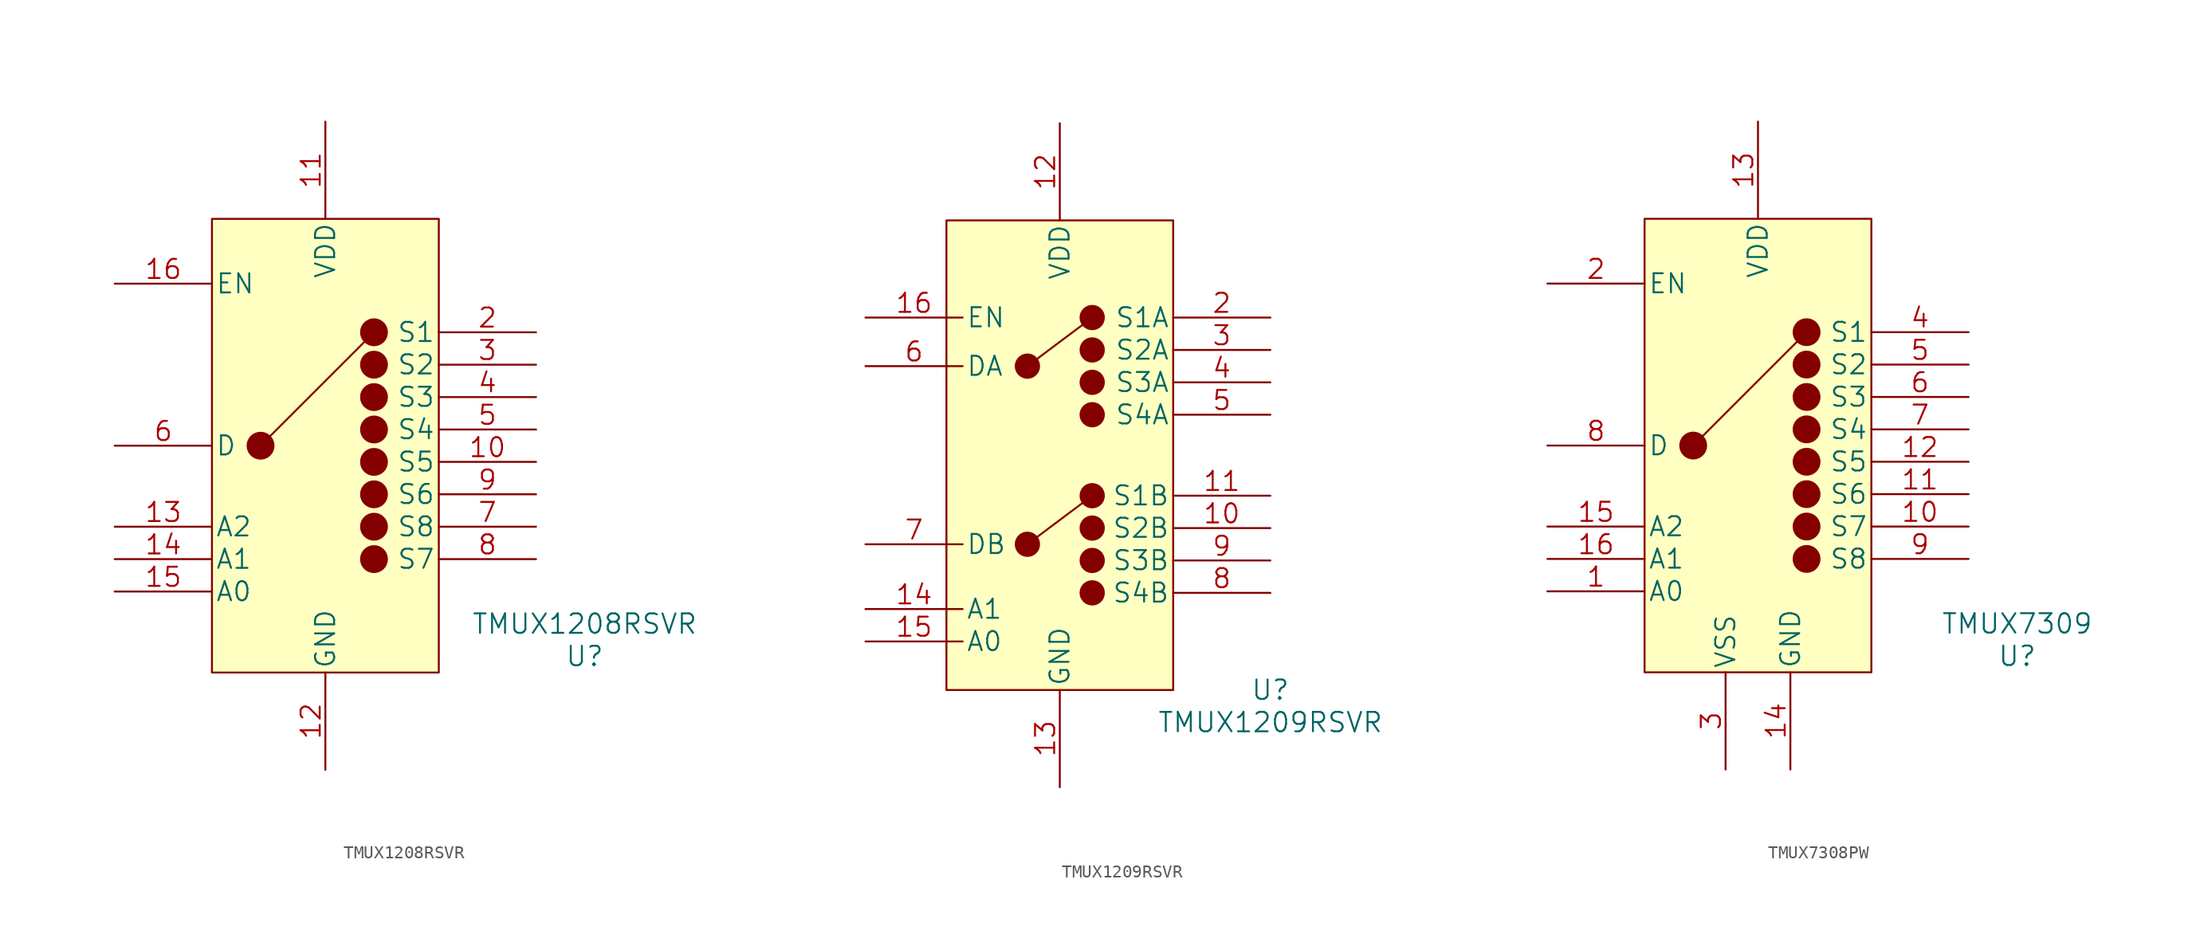
<source format=kicad_sym>
(kicad_symbol_lib
  (version 20220914)
  (generator kicad_symbol_editor)
  (symbol "TMUX1208RSVR"
    (pin_names
      (offset 0.254))
    (property "Reference" "U"
      (at 20.32 -16.51 0)
      (effects (font (size 1.524 1.524))))
    (property "Value" "TMUX1208RSVR"
      (at 20.32 -13.97 0)
      (effects (font (size 1.524 1.524))))
    (property "Datasheet" ""
      (at -1.27 -5.08 90)
      (effects (font (size 1.524 1.524))))
    (symbol "TMUX1208RSVR_0_1"
      (rectangle (start -8.89 17.78) (end 8.89 -17.78) (stroke (width 0) (type solid)) (fill (type background)))
      (circle (center -5.08 0) (radius 0.0001) (stroke (width 1.092) (type solid)) (fill (type none)))
      (polyline (pts (xy -5.08 0) (xy 3.81 8.89)) (stroke (width 0) (type solid)) (fill (type none)))
      (circle (center 3.81 -8.89) (radius 0.0001) (stroke (width 1.092) (type solid)) (fill (type none)))
      (circle (center 3.81 -6.35) (radius 0.0001) (stroke (width 1.092) (type solid)) (fill (type none)))
      (circle (center 3.81 -3.81) (radius 0.0001) (stroke (width 1.092) (type solid)) (fill (type none)))
      (circle (center 3.81 -1.27) (radius 0.0001) (stroke (width 1.092) (type solid)) (fill (type none)))
      (circle (center 3.81 1.27) (radius 0.0001) (stroke (width 1.092) (type solid)) (fill (type none)))
      (circle (center 3.81 3.81) (radius 0.0001) (stroke (width 1.092) (type solid)) (fill (type none)))
      (circle (center 3.81 6.35) (radius 0.0001) (stroke (width 1.092) (type solid)) (fill (type none)))
      (circle (center 3.81 8.89) (radius 0.0001) (stroke (width 1.092) (type solid)) (fill (type none))))
    (symbol "TMUX1208RSVR_1_1"
      (pin no_connect line (at -1.27 -5.08 90) (length 7.62) hide (name "N-C-" (effects (font (size 1.499 1.499)))) (number "1" (effects (font (size 1.499 1.499)))))
      (pin bidirectional line (at 16.51 -1.27 180) (length 7.62) (name "S5" (effects (font (size 1.499 1.499)))) (number "10" (effects (font (size 1.499 1.499)))))
      (pin power_in line (at 0 25.4 270) (length 7.62) (name "VDD" (effects (font (size 1.499 1.499)))) (number "11" (effects (font (size 1.499 1.499)))))
      (pin power_in line (at 0 -25.4 90) (length 7.62) (name "GND" (effects (font (size 1.499 1.499)))) (number "12" (effects (font (size 1.499 1.499)))))
      (pin bidirectional line (at -16.51 -6.35 0) (length 7.62) (name "A2" (effects (font (size 1.499 1.499)))) (number "13" (effects (font (size 1.499 1.499)))))
      (pin bidirectional line (at -16.51 -8.89 0) (length 7.62) (name "A1" (effects (font (size 1.499 1.499)))) (number "14" (effects (font (size 1.499 1.499)))))
      (pin bidirectional line (at -16.51 -11.43 0) (length 7.62) (name "A0" (effects (font (size 1.499 1.499)))) (number "15" (effects (font (size 1.499 1.499)))))
      (pin unspecified line (at -16.51 12.7 0) (length 7.62) (name "EN" (effects (font (size 1.499 1.499)))) (number "16" (effects (font (size 1.499 1.499)))))
      (pin bidirectional line (at 16.51 8.89 180) (length 7.62) (name "S1" (effects (font (size 1.499 1.499)))) (number "2" (effects (font (size 1.499 1.499)))))
      (pin bidirectional line (at 16.51 6.35 180) (length 7.62) (name "S2" (effects (font (size 1.499 1.499)))) (number "3" (effects (font (size 1.499 1.499)))))
      (pin bidirectional line (at 16.51 3.81 180) (length 7.62) (name "S3" (effects (font (size 1.499 1.499)))) (number "4" (effects (font (size 1.499 1.499)))))
      (pin bidirectional line (at 16.51 1.27 180) (length 7.62) (name "S4" (effects (font (size 1.499 1.499)))) (number "5" (effects (font (size 1.499 1.499)))))
      (pin unspecified line (at -16.51 0 0) (length 7.62) (name "D" (effects (font (size 1.499 1.499)))) (number "6" (effects (font (size 1.499 1.499)))))
      (pin bidirectional line (at 16.51 -6.35 180) (length 7.62) (name "S8" (effects (font (size 1.499 1.499)))) (number "7" (effects (font (size 1.499 1.499)))))
      (pin bidirectional line (at 16.51 -8.89 180) (length 7.62) (name "S7" (effects (font (size 1.499 1.499)))) (number "8" (effects (font (size 1.499 1.499)))))
      (pin bidirectional line (at 16.51 -3.81 180) (length 7.62) (name "S6" (effects (font (size 1.499 1.499)))) (number "9" (effects (font (size 1.499 1.499)))))))
  (symbol "TMUX1209RSVR"
    (pin_names
      (offset 0.254))
    (property "Reference" "U"
      (at 16.51 -19.05 0)
      (effects (font (size 1.524 1.524))))
    (property "Value" "TMUX1209RSVR"
      (at 16.51 -21.59 0)
      (effects (font (size 1.524 1.524))))
    (property "Datasheet" ""
      (at 16.51 7.62 0)
      (effects (font (size 1.524 1.524))))
    (symbol "TMUX1209RSVR_0_1"
      (rectangle (start -8.89 17.78) (end 8.89 -19.05) (stroke (width 0) (type solid)) (fill (type background)))
      (circle (center -2.54 -7.62) (radius 0.0001) (stroke (width 0.991) (type solid)) (fill (type none)))
      (circle (center -2.54 6.35) (radius 0.0001) (stroke (width 0.991) (type solid)) (fill (type none)))
      (polyline (pts (xy -2.54 -7.62) (xy 2.54 -3.81)) (stroke (width 0) (type solid)) (fill (type none)))
      (polyline (pts (xy -2.54 6.35) (xy 2.54 10.16)) (stroke (width 0) (type solid)) (fill (type none)))
      (circle (center 2.54 -11.43) (radius 0.0001) (stroke (width 0.991) (type solid)) (fill (type none)))
      (circle (center 2.54 -8.89) (radius 0.0001) (stroke (width 0.991) (type solid)) (fill (type none)))
      (circle (center 2.54 -6.35) (radius 0.0001) (stroke (width 0.991) (type solid)) (fill (type none)))
      (circle (center 2.54 -3.81) (radius 0.0001) (stroke (width 0.991) (type solid)) (fill (type none)))
      (circle (center 2.54 2.54) (radius 0.0001) (stroke (width 0.991) (type solid)) (fill (type none)))
      (circle (center 2.54 5.08) (radius 0.0001) (stroke (width 0.991) (type solid)) (fill (type none)))
      (circle (center 2.54 7.62) (radius 0.0001) (stroke (width 0.991) (type solid)) (fill (type none)))
      (circle (center 2.54 10.16) (radius 0.0001) (stroke (width 0.991) (type solid)) (fill (type none))))
    (symbol "TMUX1209RSVR_1_1"
      (pin no_connect line (at 0 -1.27 90) (length 7.62) hide (name "N-C-" (effects (font (size 1.499 1.499)))) (number "1" (effects (font (size 1.499 1.499)))))
      (pin bidirectional line (at 16.51 -6.35 180) (length 7.62) (name "S2B" (effects (font (size 1.499 1.499)))) (number "10" (effects (font (size 1.499 1.499)))))
      (pin power_in line (at 16.51 -3.81 180) (length 7.62) (name "S1B" (effects (font (size 1.499 1.499)))) (number "11" (effects (font (size 1.499 1.499)))))
      (pin power_in line (at 0 25.4 270) (length 7.62) (name "VDD" (effects (font (size 1.499 1.499)))) (number "12" (effects (font (size 1.499 1.499)))))
      (pin bidirectional line (at 0 -26.67 90) (length 7.62) (name "GND" (effects (font (size 1.499 1.499)))) (number "13" (effects (font (size 1.499 1.499)))))
      (pin bidirectional line (at -15.24 -12.7 0) (length 7.62) (name "A1" (effects (font (size 1.499 1.499)))) (number "14" (effects (font (size 1.499 1.499)))))
      (pin bidirectional line (at -15.24 -15.24 0) (length 7.62) (name "A0" (effects (font (size 1.499 1.499)))) (number "15" (effects (font (size 1.499 1.499)))))
      (pin unspecified line (at -15.24 10.16 0) (length 7.62) (name "EN" (effects (font (size 1.499 1.499)))) (number "16" (effects (font (size 1.499 1.499)))))
      (pin bidirectional line (at 16.51 10.16 180) (length 7.62) (name "S1A" (effects (font (size 1.499 1.499)))) (number "2" (effects (font (size 1.499 1.499)))))
      (pin bidirectional line (at 16.51 7.62 180) (length 7.62) (name "S2A" (effects (font (size 1.499 1.499)))) (number "3" (effects (font (size 1.499 1.499)))))
      (pin bidirectional line (at 16.51 5.08 180) (length 7.62) (name "S3A" (effects (font (size 1.499 1.499)))) (number "4" (effects (font (size 1.499 1.499)))))
      (pin bidirectional line (at 16.51 2.54 180) (length 7.62) (name "S4A" (effects (font (size 1.499 1.499)))) (number "5" (effects (font (size 1.499 1.499)))))
      (pin unspecified line (at -15.24 6.35 0) (length 7.62) (name "DA" (effects (font (size 1.499 1.499)))) (number "6" (effects (font (size 1.499 1.499)))))
      (pin bidirectional line (at -15.24 -7.62 0) (length 7.62) (name "DB" (effects (font (size 1.499 1.499)))) (number "7" (effects (font (size 1.499 1.499)))))
      (pin bidirectional line (at 16.51 -11.43 180) (length 7.62) (name "S4B" (effects (font (size 1.499 1.499)))) (number "8" (effects (font (size 1.499 1.499)))))
      (pin bidirectional line (at 16.51 -8.89 180) (length 7.62) (name "S3B" (effects (font (size 1.499 1.499)))) (number "9" (effects (font (size 1.499 1.499)))))))
  (symbol "TMUX7308PW"
    (pin_names
      (offset 0.254))
    (property "Reference" "U"
      (at 20.32 -16.51 0)
      (effects (font (size 1.524 1.524))))
    (property "Value" "TMUX7309"
      (at 20.32 -13.97 0)
      (effects (font (size 1.524 1.524))))
    (property "Datasheet" ""
      (at -1.27 -5.08 90)
      (effects (font (size 1.524 1.524))))
    (symbol "TMUX7308PW_0_1"
      (rectangle (start -8.89 17.78) (end 8.89 -17.78) (stroke (width 0) (type solid)) (fill (type background)))
      (circle (center -5.08 0) (radius 0.0001) (stroke (width 1.092) (type solid)) (fill (type none)))
      (polyline (pts (xy -5.08 0) (xy 3.81 8.89)) (stroke (width 0) (type solid)) (fill (type none)))
      (circle (center 3.81 -8.89) (radius 0.0001) (stroke (width 1.092) (type solid)) (fill (type none)))
      (circle (center 3.81 -6.35) (radius 0.0001) (stroke (width 1.092) (type solid)) (fill (type none)))
      (circle (center 3.81 -3.81) (radius 0.0001) (stroke (width 1.092) (type solid)) (fill (type none)))
      (circle (center 3.81 -1.27) (radius 0.0001) (stroke (width 1.092) (type solid)) (fill (type none)))
      (circle (center 3.81 1.27) (radius 0.0001) (stroke (width 1.092) (type solid)) (fill (type none)))
      (circle (center 3.81 3.81) (radius 0.0001) (stroke (width 1.092) (type solid)) (fill (type none)))
      (circle (center 3.81 6.35) (radius 0.0001) (stroke (width 1.092) (type solid)) (fill (type none)))
      (circle (center 3.81 8.89) (radius 0.0001) (stroke (width 1.092) (type solid)) (fill (type none))))
    (symbol "TMUX7308PW_1_1"
      (pin bidirectional line (at -16.51 -11.43 0) (length 7.62) (name "A0" (effects (font (size 1.499 1.499)))) (number "1" (effects (font (size 1.499 1.499)))))
      (pin no_connect line (at -1.27 -5.08 90) (length 7.62) hide (name "N-C-" (effects (font (size 1.499 1.499)))) (number "1" (effects (font (size 1.499 1.499)))))
      (pin bidirectional line (at 16.51 -6.35 180) (length 7.62) (name "S7" (effects (font (size 1.499 1.499)))) (number "10" (effects (font (size 1.499 1.499)))))
      (pin bidirectional line (at 16.51 -3.81 180) (length 7.62) (name "S6" (effects (font (size 1.499 1.499)))) (number "11" (effects (font (size 1.499 1.499)))))
      (pin bidirectional line (at 16.51 -1.27 180) (length 7.62) (name "S5" (effects (font (size 1.499 1.499)))) (number "12" (effects (font (size 1.499 1.499)))))
      (pin power_in line (at 0 25.4 270) (length 7.62) (name "VDD" (effects (font (size 1.499 1.499)))) (number "13" (effects (font (size 1.499 1.499)))))
      (pin power_in line (at 2.54 -25.4 90) (length 7.62) (name "GND" (effects (font (size 1.499 1.499)))) (number "14" (effects (font (size 1.499 1.499)))))
      (pin bidirectional line (at -16.51 -6.35 0) (length 7.62) (name "A2" (effects (font (size 1.499 1.499)))) (number "15" (effects (font (size 1.499 1.499)))))
      (pin bidirectional line (at -16.51 -8.89 0) (length 7.62) (name "A1" (effects (font (size 1.499 1.499)))) (number "16" (effects (font (size 1.499 1.499)))))
      (pin input line (at -16.51 12.7 0) (length 7.62) (name "EN" (effects (font (size 1.499 1.499)))) (number "2" (effects (font (size 1.499 1.499)))))
      (pin power_in line (at -2.54 -25.4 90) (length 7.62) (name "VSS" (effects (font (size 1.499 1.499)))) (number "3" (effects (font (size 1.499 1.499)))))
      (pin bidirectional line (at 16.51 8.89 180) (length 7.62) (name "S1" (effects (font (size 1.499 1.499)))) (number "4" (effects (font (size 1.499 1.499)))))
      (pin bidirectional line (at 16.51 6.35 180) (length 7.62) (name "S2" (effects (font (size 1.499 1.499)))) (number "5" (effects (font (size 1.499 1.499)))))
      (pin bidirectional line (at 16.51 3.81 180) (length 7.62) (name "S3" (effects (font (size 1.499 1.499)))) (number "6" (effects (font (size 1.499 1.499)))))
      (pin bidirectional line (at 16.51 1.27 180) (length 7.62) (name "S4" (effects (font (size 1.499 1.499)))) (number "7" (effects (font (size 1.499 1.499)))))
      (pin unspecified line (at -16.51 0 0) (length 7.62) (name "D" (effects (font (size 1.499 1.499)))) (number "8" (effects (font (size 1.499 1.499)))))
      (pin bidirectional line (at 16.51 -8.89 180) (length 7.62) (name "S8" (effects (font (size 1.499 1.499)))) (number "9" (effects (font (size 1.499 1.499))))))))
</source>
